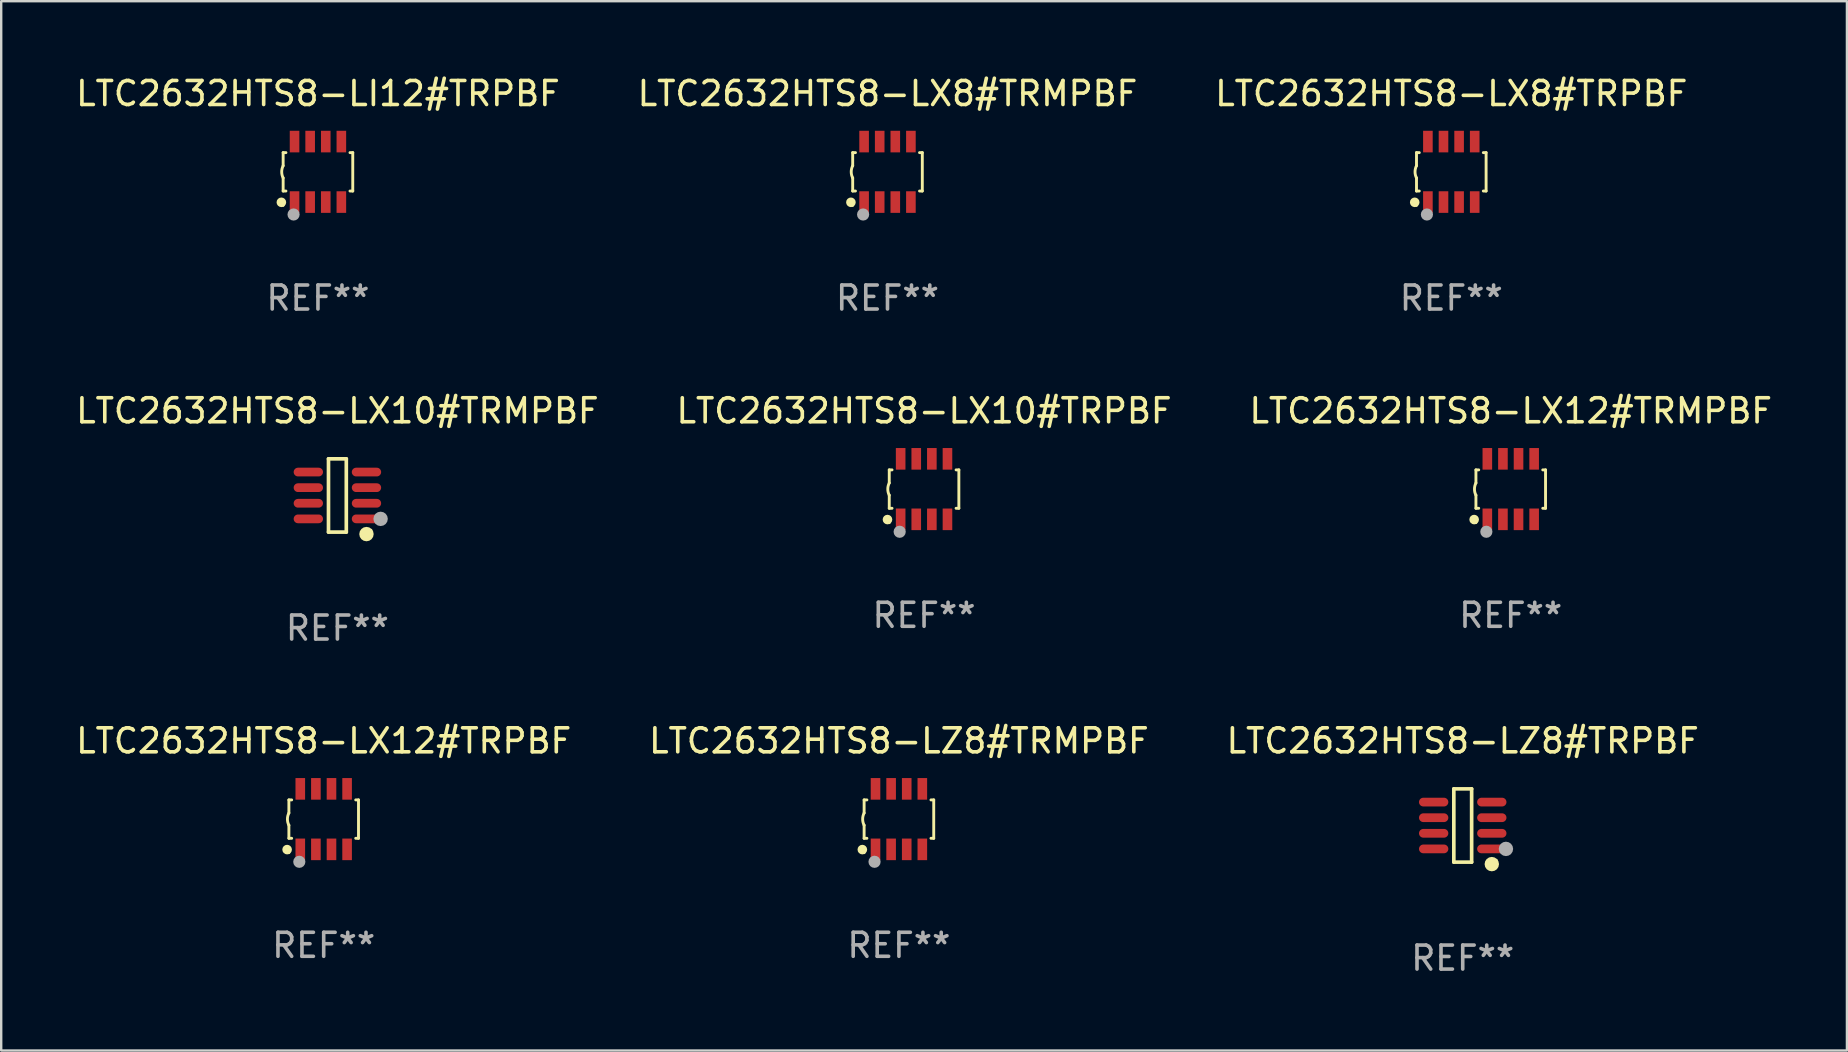
<source format=kicad_pcb>
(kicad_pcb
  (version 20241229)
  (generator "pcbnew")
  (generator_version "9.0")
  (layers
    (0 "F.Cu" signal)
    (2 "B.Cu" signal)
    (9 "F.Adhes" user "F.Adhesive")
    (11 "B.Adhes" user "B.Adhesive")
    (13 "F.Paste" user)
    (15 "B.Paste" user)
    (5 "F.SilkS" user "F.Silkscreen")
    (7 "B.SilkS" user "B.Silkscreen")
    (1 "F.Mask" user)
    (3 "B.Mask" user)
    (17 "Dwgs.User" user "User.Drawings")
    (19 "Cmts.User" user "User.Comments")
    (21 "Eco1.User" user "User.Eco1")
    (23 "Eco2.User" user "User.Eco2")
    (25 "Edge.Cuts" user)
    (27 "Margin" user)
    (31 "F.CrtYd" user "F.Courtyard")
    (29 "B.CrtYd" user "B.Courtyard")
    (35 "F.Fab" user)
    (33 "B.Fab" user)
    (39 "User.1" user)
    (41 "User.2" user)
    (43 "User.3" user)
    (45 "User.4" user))
  (footprint "LTC2632HTS8-LZ8#TRMPBF"
    (layer "F.Cu")
    (at 34.399 31.074)
    (property "Reference" "LTC2632HTS8-LZ8#TRMPBF" (at 0 -3.26 0) (layer "F.SilkS") (effects (font (size 1 1) (thickness 0.15))))
    (attr through_hole)
    (fp_line (start -1.45 -0.8) (end -1.45 -0.254) (stroke (width 0.12) (type solid)) (layer "F.SilkS"))
    (fp_line (start -1.45 -0.8) (end -1.334 -0.8) (stroke (width 0.12) (type solid)) (layer "F.SilkS"))
    (fp_line (start -1.45 0.8) (end -1.45 0.254) (stroke (width 0.12) (type solid)) (layer "F.SilkS"))
    (fp_line (start -1.45 0.8) (end -1.334 0.8) (stroke (width 0.12) (type solid)) (layer "F.SilkS"))
    (fp_line (start 1.334 -0.8) (end 1.45 -0.8) (stroke (width 0.12) (type solid)) (layer "F.SilkS"))
    (fp_line (start 1.334 0.8) (end 1.45 0.8) (stroke (width 0.12) (type solid)) (layer "F.SilkS"))
    (fp_line (start 1.45 0.8) (end 1.45 -0.8) (stroke (width 0.12) (type solid)) (layer "F.SilkS"))
    (fp_arc (start -1.45075 0.255144) (mid -1.510605 0.000434) (end -1.450013 -0.254102) (stroke (width 0.11999) (type solid)) (layer "F.SilkS"))
    (fp_circle (center -1.524 1.27) (end -1.424 1.27) (stroke (width 0.2) (type solid)) (fill no) (layer "F.SilkS"))
    (fp_circle (center -1.45 1.4) (end -1.42 1.4) (stroke (width 0.06) (type solid)) (fill no) (layer "F.SilkS"))
    (fp_circle (center -1.016 1.778) (end -0.889 1.778) (stroke (width 0.254) (type solid)) (fill no) (layer "F.Fab"))
    (fp_text user "REF**" (at 0 5.26 0) (layer "F.Fab") (effects (font (size 1 1) (thickness 0.15))))
    (pad "1" smd rect (at -0.975 1.26) (size 0.4 0.9) (layers "F.Cu" "F.Mask" "F.Paste"))
    (pad "2" smd rect (at -0.325 1.26) (size 0.4 0.9) (layers "F.Cu" "F.Mask" "F.Paste"))
    (pad "3" smd rect (at 0.325 1.26) (size 0.4 0.9) (layers "F.Cu" "F.Mask" "F.Paste"))
    (pad "4" smd rect (at 0.975 1.26) (size 0.4 0.9) (layers "F.Cu" "F.Mask" "F.Paste"))
    (pad "5" smd rect (at 0.975 -1.26) (size 0.4 0.9) (layers "F.Cu" "F.Mask" "F.Paste"))
    (pad "6" smd rect (at 0.325 -1.26) (size 0.4 0.9) (layers "F.Cu" "F.Mask" "F.Paste"))
    (pad "7" smd rect (at -0.325 -1.26) (size 0.4 0.9) (layers "F.Cu" "F.Mask" "F.Paste"))
    (pad "8" smd rect (at -0.975 -1.26) (size 0.4 0.9) (layers "F.Cu" "F.Mask" "F.Paste")))
  (footprint "LTC2632HTS8-LI12#TRPBF"
    (layer "F.Cu")
    (at 10.196 4.108)
    (property "Reference" "LTC2632HTS8-LI12#TRPBF" (at 0 -3.26 0) (layer "F.SilkS") (effects (font (size 1 1) (thickness 0.15))))
    (attr through_hole)
    (fp_line (start -1.45 -0.8) (end -1.45 -0.254) (stroke (width 0.12) (type solid)) (layer "F.SilkS"))
    (fp_line (start -1.45 -0.8) (end -1.334 -0.8) (stroke (width 0.12) (type solid)) (layer "F.SilkS"))
    (fp_line (start -1.45 0.8) (end -1.45 0.254) (stroke (width 0.12) (type solid)) (layer "F.SilkS"))
    (fp_line (start -1.45 0.8) (end -1.334 0.8) (stroke (width 0.12) (type solid)) (layer "F.SilkS"))
    (fp_line (start 1.334 -0.8) (end 1.45 -0.8) (stroke (width 0.12) (type solid)) (layer "F.SilkS"))
    (fp_line (start 1.334 0.8) (end 1.45 0.8) (stroke (width 0.12) (type solid)) (layer "F.SilkS"))
    (fp_line (start 1.45 0.8) (end 1.45 -0.8) (stroke (width 0.12) (type solid)) (layer "F.SilkS"))
    (fp_arc (start -1.45075 0.255144) (mid -1.510605 0.000434) (end -1.450013 -0.254102) (stroke (width 0.11999) (type solid)) (layer "F.SilkS"))
    (fp_circle (center -1.524 1.27) (end -1.424 1.27) (stroke (width 0.2) (type solid)) (fill no) (layer "F.SilkS"))
    (fp_circle (center -1.45 1.4) (end -1.42 1.4) (stroke (width 0.06) (type solid)) (fill no) (layer "F.SilkS"))
    (fp_circle (center -1.016 1.778) (end -0.889 1.778) (stroke (width 0.254) (type solid)) (fill no) (layer "F.Fab"))
    (fp_text user "REF**" (at 0 5.26 0) (layer "F.Fab") (effects (font (size 1 1) (thickness 0.15))))
    (pad "1" smd rect (at -0.975 1.26) (size 0.4 0.9) (layers "F.Cu" "F.Mask" "F.Paste"))
    (pad "2" smd rect (at -0.325 1.26) (size 0.4 0.9) (layers "F.Cu" "F.Mask" "F.Paste"))
    (pad "3" smd rect (at 0.325 1.26) (size 0.4 0.9) (layers "F.Cu" "F.Mask" "F.Paste"))
    (pad "4" smd rect (at 0.975 1.26) (size 0.4 0.9) (layers "F.Cu" "F.Mask" "F.Paste"))
    (pad "5" smd rect (at 0.975 -1.26) (size 0.4 0.9) (layers "F.Cu" "F.Mask" "F.Paste"))
    (pad "6" smd rect (at 0.325 -1.26) (size 0.4 0.9) (layers "F.Cu" "F.Mask" "F.Paste"))
    (pad "7" smd rect (at -0.325 -1.26) (size 0.4 0.9) (layers "F.Cu" "F.Mask" "F.Paste"))
    (pad "8" smd rect (at -0.975 -1.26) (size 0.4 0.9) (layers "F.Cu" "F.Mask" "F.Paste")))
  (footprint "LTC2632HTS8-LX12#TRMPBF"
    (layer "F.Cu")
    (at 59.887 17.325)
    (property "Reference" "LTC2632HTS8-LX12#TRMPBF" (at 0 -3.26 0) (layer "F.SilkS") (effects (font (size 1 1) (thickness 0.15))))
    (attr through_hole)
    (fp_line (start -1.45 -0.8) (end -1.45 -0.254) (stroke (width 0.12) (type solid)) (layer "F.SilkS"))
    (fp_line (start -1.45 -0.8) (end -1.334 -0.8) (stroke (width 0.12) (type solid)) (layer "F.SilkS"))
    (fp_line (start -1.45 0.8) (end -1.45 0.254) (stroke (width 0.12) (type solid)) (layer "F.SilkS"))
    (fp_line (start -1.45 0.8) (end -1.334 0.8) (stroke (width 0.12) (type solid)) (layer "F.SilkS"))
    (fp_line (start 1.334 -0.8) (end 1.45 -0.8) (stroke (width 0.12) (type solid)) (layer "F.SilkS"))
    (fp_line (start 1.334 0.8) (end 1.45 0.8) (stroke (width 0.12) (type solid)) (layer "F.SilkS"))
    (fp_line (start 1.45 0.8) (end 1.45 -0.8) (stroke (width 0.12) (type solid)) (layer "F.SilkS"))
    (fp_arc (start -1.45075 0.255144) (mid -1.510605 0.000434) (end -1.450013 -0.254102) (stroke (width 0.11999) (type solid)) (layer "F.SilkS"))
    (fp_circle (center -1.524 1.27) (end -1.424 1.27) (stroke (width 0.2) (type solid)) (fill no) (layer "F.SilkS"))
    (fp_circle (center -1.45 1.4) (end -1.42 1.4) (stroke (width 0.06) (type solid)) (fill no) (layer "F.SilkS"))
    (fp_circle (center -1.016 1.778) (end -0.889 1.778) (stroke (width 0.254) (type solid)) (fill no) (layer "F.Fab"))
    (fp_text user "REF**" (at 0 5.26 0) (layer "F.Fab") (effects (font (size 1 1) (thickness 0.15))))
    (pad "1" smd rect (at -0.975 1.26) (size 0.4 0.9) (layers "F.Cu" "F.Mask" "F.Paste"))
    (pad "2" smd rect (at -0.325 1.26) (size 0.4 0.9) (layers "F.Cu" "F.Mask" "F.Paste"))
    (pad "3" smd rect (at 0.325 1.26) (size 0.4 0.9) (layers "F.Cu" "F.Mask" "F.Paste"))
    (pad "4" smd rect (at 0.975 1.26) (size 0.4 0.9) (layers "F.Cu" "F.Mask" "F.Paste"))
    (pad "5" smd rect (at 0.975 -1.26) (size 0.4 0.9) (layers "F.Cu" "F.Mask" "F.Paste"))
    (pad "6" smd rect (at 0.325 -1.26) (size 0.4 0.9) (layers "F.Cu" "F.Mask" "F.Paste"))
    (pad "7" smd rect (at -0.325 -1.26) (size 0.4 0.9) (layers "F.Cu" "F.Mask" "F.Paste"))
    (pad "8" smd rect (at -0.975 -1.26) (size 0.4 0.9) (layers "F.Cu" "F.Mask" "F.Paste")))
  (footprint "LTC2632HTS8-LX8#TRPBF"
    (layer "F.Cu")
    (at 57.411 4.108)
    (property "Reference" "LTC2632HTS8-LX8#TRPBF" (at 0 -3.26 0) (layer "F.SilkS") (effects (font (size 1 1) (thickness 0.15))))
    (attr through_hole)
    (fp_line (start -1.45 -0.8) (end -1.45 -0.254) (stroke (width 0.12) (type solid)) (layer "F.SilkS"))
    (fp_line (start -1.45 -0.8) (end -1.334 -0.8) (stroke (width 0.12) (type solid)) (layer "F.SilkS"))
    (fp_line (start -1.45 0.8) (end -1.45 0.254) (stroke (width 0.12) (type solid)) (layer "F.SilkS"))
    (fp_line (start -1.45 0.8) (end -1.334 0.8) (stroke (width 0.12) (type solid)) (layer "F.SilkS"))
    (fp_line (start 1.334 -0.8) (end 1.45 -0.8) (stroke (width 0.12) (type solid)) (layer "F.SilkS"))
    (fp_line (start 1.334 0.8) (end 1.45 0.8) (stroke (width 0.12) (type solid)) (layer "F.SilkS"))
    (fp_line (start 1.45 0.8) (end 1.45 -0.8) (stroke (width 0.12) (type solid)) (layer "F.SilkS"))
    (fp_arc (start -1.45075 0.255144) (mid -1.510605 0.000434) (end -1.450013 -0.254102) (stroke (width 0.11999) (type solid)) (layer "F.SilkS"))
    (fp_circle (center -1.524 1.27) (end -1.424 1.27) (stroke (width 0.2) (type solid)) (fill no) (layer "F.SilkS"))
    (fp_circle (center -1.45 1.4) (end -1.42 1.4) (stroke (width 0.06) (type solid)) (fill no) (layer "F.SilkS"))
    (fp_circle (center -1.016 1.778) (end -0.889 1.778) (stroke (width 0.254) (type solid)) (fill no) (layer "F.Fab"))
    (fp_text user "REF**" (at 0 5.26 0) (layer "F.Fab") (effects (font (size 1 1) (thickness 0.15))))
    (pad "1" smd rect (at -0.975 1.26) (size 0.4 0.9) (layers "F.Cu" "F.Mask" "F.Paste"))
    (pad "2" smd rect (at -0.325 1.26) (size 0.4 0.9) (layers "F.Cu" "F.Mask" "F.Paste"))
    (pad "3" smd rect (at 0.325 1.26) (size 0.4 0.9) (layers "F.Cu" "F.Mask" "F.Paste"))
    (pad "4" smd rect (at 0.975 1.26) (size 0.4 0.9) (layers "F.Cu" "F.Mask" "F.Paste"))
    (pad "5" smd rect (at 0.975 -1.26) (size 0.4 0.9) (layers "F.Cu" "F.Mask" "F.Paste"))
    (pad "6" smd rect (at 0.325 -1.26) (size 0.4 0.9) (layers "F.Cu" "F.Mask" "F.Paste"))
    (pad "7" smd rect (at -0.325 -1.26) (size 0.4 0.9) (layers "F.Cu" "F.Mask" "F.Paste"))
    (pad "8" smd rect (at -0.975 -1.26) (size 0.4 0.9) (layers "F.Cu" "F.Mask" "F.Paste")))
  (footprint "LTC2632HTS8-LX8#TRMPBF"
    (layer "F.Cu")
    (at 33.923 4.108)
    (property "Reference" "LTC2632HTS8-LX8#TRMPBF" (at 0 -3.26 0) (layer "F.SilkS") (effects (font (size 1 1) (thickness 0.15))))
    (attr through_hole)
    (fp_line (start -1.45 -0.8) (end -1.45 -0.254) (stroke (width 0.12) (type solid)) (layer "F.SilkS"))
    (fp_line (start -1.45 -0.8) (end -1.334 -0.8) (stroke (width 0.12) (type solid)) (layer "F.SilkS"))
    (fp_line (start -1.45 0.8) (end -1.45 0.254) (stroke (width 0.12) (type solid)) (layer "F.SilkS"))
    (fp_line (start -1.45 0.8) (end -1.334 0.8) (stroke (width 0.12) (type solid)) (layer "F.SilkS"))
    (fp_line (start 1.334 -0.8) (end 1.45 -0.8) (stroke (width 0.12) (type solid)) (layer "F.SilkS"))
    (fp_line (start 1.334 0.8) (end 1.45 0.8) (stroke (width 0.12) (type solid)) (layer "F.SilkS"))
    (fp_line (start 1.45 0.8) (end 1.45 -0.8) (stroke (width 0.12) (type solid)) (layer "F.SilkS"))
    (fp_arc (start -1.45075 0.255144) (mid -1.510605 0.000434) (end -1.450013 -0.254102) (stroke (width 0.11999) (type solid)) (layer "F.SilkS"))
    (fp_circle (center -1.524 1.27) (end -1.424 1.27) (stroke (width 0.2) (type solid)) (fill no) (layer "F.SilkS"))
    (fp_circle (center -1.45 1.4) (end -1.42 1.4) (stroke (width 0.06) (type solid)) (fill no) (layer "F.SilkS"))
    (fp_circle (center -1.016 1.778) (end -0.889 1.778) (stroke (width 0.254) (type solid)) (fill no) (layer "F.Fab"))
    (fp_text user "REF**" (at 0 5.26 0) (layer "F.Fab") (effects (font (size 1 1) (thickness 0.15))))
    (pad "1" smd rect (at -0.975 1.26) (size 0.4 0.9) (layers "F.Cu" "F.Mask" "F.Paste"))
    (pad "2" smd rect (at -0.325 1.26) (size 0.4 0.9) (layers "F.Cu" "F.Mask" "F.Paste"))
    (pad "3" smd rect (at 0.325 1.26) (size 0.4 0.9) (layers "F.Cu" "F.Mask" "F.Paste"))
    (pad "4" smd rect (at 0.975 1.26) (size 0.4 0.9) (layers "F.Cu" "F.Mask" "F.Paste"))
    (pad "5" smd rect (at 0.975 -1.26) (size 0.4 0.9) (layers "F.Cu" "F.Mask" "F.Paste"))
    (pad "6" smd rect (at 0.325 -1.26) (size 0.4 0.9) (layers "F.Cu" "F.Mask" "F.Paste"))
    (pad "7" smd rect (at -0.325 -1.26) (size 0.4 0.9) (layers "F.Cu" "F.Mask" "F.Paste"))
    (pad "8" smd rect (at -0.975 -1.26) (size 0.4 0.9) (layers "F.Cu" "F.Mask" "F.Paste")))
  (footprint "LTC2632HTS8-LX12#TRPBF"
    (layer "F.Cu")
    (at 10.435 31.074)
    (property "Reference" "LTC2632HTS8-LX12#TRPBF" (at 0 -3.26 0) (layer "F.SilkS") (effects (font (size 1 1) (thickness 0.15))))
    (attr through_hole)
    (fp_line (start -1.45 -0.8) (end -1.45 -0.254) (stroke (width 0.12) (type solid)) (layer "F.SilkS"))
    (fp_line (start -1.45 -0.8) (end -1.334 -0.8) (stroke (width 0.12) (type solid)) (layer "F.SilkS"))
    (fp_line (start -1.45 0.8) (end -1.45 0.254) (stroke (width 0.12) (type solid)) (layer "F.SilkS"))
    (fp_line (start -1.45 0.8) (end -1.334 0.8) (stroke (width 0.12) (type solid)) (layer "F.SilkS"))
    (fp_line (start 1.334 -0.8) (end 1.45 -0.8) (stroke (width 0.12) (type solid)) (layer "F.SilkS"))
    (fp_line (start 1.334 0.8) (end 1.45 0.8) (stroke (width 0.12) (type solid)) (layer "F.SilkS"))
    (fp_line (start 1.45 0.8) (end 1.45 -0.8) (stroke (width 0.12) (type solid)) (layer "F.SilkS"))
    (fp_arc (start -1.45075 0.255144) (mid -1.510605 0.000434) (end -1.450013 -0.254102) (stroke (width 0.11999) (type solid)) (layer "F.SilkS"))
    (fp_circle (center -1.524 1.27) (end -1.424 1.27) (stroke (width 0.2) (type solid)) (fill no) (layer "F.SilkS"))
    (fp_circle (center -1.45 1.4) (end -1.42 1.4) (stroke (width 0.06) (type solid)) (fill no) (layer "F.SilkS"))
    (fp_circle (center -1.016 1.778) (end -0.889 1.778) (stroke (width 0.254) (type solid)) (fill no) (layer "F.Fab"))
    (fp_text user "REF**" (at 0 5.26 0) (layer "F.Fab") (effects (font (size 1 1) (thickness 0.15))))
    (pad "1" smd rect (at -0.975 1.26) (size 0.4 0.9) (layers "F.Cu" "F.Mask" "F.Paste"))
    (pad "2" smd rect (at -0.325 1.26) (size 0.4 0.9) (layers "F.Cu" "F.Mask" "F.Paste"))
    (pad "3" smd rect (at 0.325 1.26) (size 0.4 0.9) (layers "F.Cu" "F.Mask" "F.Paste"))
    (pad "4" smd rect (at 0.975 1.26) (size 0.4 0.9) (layers "F.Cu" "F.Mask" "F.Paste"))
    (pad "5" smd rect (at 0.975 -1.26) (size 0.4 0.9) (layers "F.Cu" "F.Mask" "F.Paste"))
    (pad "6" smd rect (at 0.325 -1.26) (size 0.4 0.9) (layers "F.Cu" "F.Mask" "F.Paste"))
    (pad "7" smd rect (at -0.325 -1.26) (size 0.4 0.9) (layers "F.Cu" "F.Mask" "F.Paste"))
    (pad "8" smd rect (at -0.975 -1.26) (size 0.4 0.9) (layers "F.Cu" "F.Mask" "F.Paste")))
  (footprint "LTC2632HTS8-LX10#TRPBF"
    (layer "F.Cu")
    (at 35.446 17.325)
    (property "Reference" "LTC2632HTS8-LX10#TRPBF" (at 0 -3.26 0) (layer "F.SilkS") (effects (font (size 1 1) (thickness 0.15))))
    (attr through_hole)
    (fp_line (start -1.45 -0.8) (end -1.45 -0.254) (stroke (width 0.12) (type solid)) (layer "F.SilkS"))
    (fp_line (start -1.45 -0.8) (end -1.334 -0.8) (stroke (width 0.12) (type solid)) (layer "F.SilkS"))
    (fp_line (start -1.45 0.8) (end -1.45 0.254) (stroke (width 0.12) (type solid)) (layer "F.SilkS"))
    (fp_line (start -1.45 0.8) (end -1.334 0.8) (stroke (width 0.12) (type solid)) (layer "F.SilkS"))
    (fp_line (start 1.334 -0.8) (end 1.45 -0.8) (stroke (width 0.12) (type solid)) (layer "F.SilkS"))
    (fp_line (start 1.334 0.8) (end 1.45 0.8) (stroke (width 0.12) (type solid)) (layer "F.SilkS"))
    (fp_line (start 1.45 0.8) (end 1.45 -0.8) (stroke (width 0.12) (type solid)) (layer "F.SilkS"))
    (fp_arc (start -1.45075 0.255144) (mid -1.510605 0.000434) (end -1.450013 -0.254102) (stroke (width 0.11999) (type solid)) (layer "F.SilkS"))
    (fp_circle (center -1.524 1.27) (end -1.424 1.27) (stroke (width 0.2) (type solid)) (fill no) (layer "F.SilkS"))
    (fp_circle (center -1.45 1.4) (end -1.42 1.4) (stroke (width 0.06) (type solid)) (fill no) (layer "F.SilkS"))
    (fp_circle (center -1.016 1.778) (end -0.889 1.778) (stroke (width 0.254) (type solid)) (fill no) (layer "F.Fab"))
    (fp_text user "REF**" (at 0 5.26 0) (layer "F.Fab") (effects (font (size 1 1) (thickness 0.15))))
    (pad "1" smd rect (at -0.975 1.26) (size 0.4 0.9) (layers "F.Cu" "F.Mask" "F.Paste"))
    (pad "2" smd rect (at -0.325 1.26) (size 0.4 0.9) (layers "F.Cu" "F.Mask" "F.Paste"))
    (pad "3" smd rect (at 0.325 1.26) (size 0.4 0.9) (layers "F.Cu" "F.Mask" "F.Paste"))
    (pad "4" smd rect (at 0.975 1.26) (size 0.4 0.9) (layers "F.Cu" "F.Mask" "F.Paste"))
    (pad "5" smd rect (at 0.975 -1.26) (size 0.4 0.9) (layers "F.Cu" "F.Mask" "F.Paste"))
    (pad "6" smd rect (at 0.325 -1.26) (size 0.4 0.9) (layers "F.Cu" "F.Mask" "F.Paste"))
    (pad "7" smd rect (at -0.325 -1.26) (size 0.4 0.9) (layers "F.Cu" "F.Mask" "F.Paste"))
    (pad "8" smd rect (at -0.975 -1.26) (size 0.4 0.9) (layers "F.Cu" "F.Mask" "F.Paste")))
  (footprint "LTC2632HTS8-LZ8#TRPBF"
    (layer "F.Cu")
    (at 57.887 31.34)
    (property "Reference" "LTC2632HTS8-LZ8#TRPBF" (at 0 -3.526 0) (layer "F.SilkS") (effects (font (size 1 1) (thickness 0.15))))
    (attr through_hole)
    (fp_line (start -0.371 -1.526) (end 0.371 -1.526) (stroke (width 0.152) (type solid)) (layer "F.SilkS"))
    (fp_line (start -0.371 1.526) (end -0.371 -1.526) (stroke (width 0.152) (type solid)) (layer "F.SilkS"))
    (fp_line (start 0.371 -1.526) (end 0.371 1.526) (stroke (width 0.152) (type solid)) (layer "F.SilkS"))
    (fp_line (start 0.371 1.526) (end -0.371 1.526) (stroke (width 0.152) (type solid)) (layer "F.SilkS"))
    (fp_circle (center 1.211 1.609) (end 1.361 1.609) (stroke (width 0.3) (type solid)) (fill no) (layer "F.SilkS"))
    (fp_circle (center 1.4 1.45) (end 1.43 1.45) (stroke (width 0.06) (type solid)) (fill no) (layer "F.SilkS"))
    (fp_circle (center 1.8 0.975) (end 1.95 0.975) (stroke (width 0.3) (type solid)) (fill no) (layer "F.Fab"))
    (fp_text user "REF**" (at 0 5.526 0) (layer "F.Fab") (effects (font (size 1 1) (thickness 0.15))))
    (pad "1" smd oval (at 1.211 0.975) (size 1.222 0.364) (layers "F.Cu" "F.Mask" "F.Paste"))
    (pad "2" smd oval (at 1.211 0.325) (size 1.222 0.364) (layers "F.Cu" "F.Mask" "F.Paste"))
    (pad "3" smd oval (at 1.211 -0.325) (size 1.222 0.364) (layers "F.Cu" "F.Mask" "F.Paste"))
    (pad "4" smd oval (at 1.211 -0.975) (size 1.222 0.364) (layers "F.Cu" "F.Mask" "F.Paste"))
    (pad "5" smd oval (at -1.211 -0.975) (size 1.222 0.364) (layers "F.Cu" "F.Mask" "F.Paste"))
    (pad "6" smd oval (at -1.211 -0.325) (size 1.222 0.364) (layers "F.Cu" "F.Mask" "F.Paste"))
    (pad "7" smd oval (at -1.211 0.325) (size 1.222 0.364) (layers "F.Cu" "F.Mask" "F.Paste"))
    (pad "8" smd oval (at -1.211 0.975) (size 1.222 0.364) (layers "F.Cu" "F.Mask" "F.Paste")))
  (footprint "LTC2632HTS8-LX10#TRMPBF"
    (layer "F.Cu")
    (at 11.006 17.591)
    (property "Reference" "LTC2632HTS8-LX10#TRMPBF" (at 0 -3.526 0) (layer "F.SilkS") (effects (font (size 1 1) (thickness 0.15))))
    (attr through_hole)
    (fp_line (start -0.371 -1.526) (end 0.371 -1.526) (stroke (width 0.152) (type solid)) (layer "F.SilkS"))
    (fp_line (start -0.371 1.526) (end -0.371 -1.526) (stroke (width 0.152) (type solid)) (layer "F.SilkS"))
    (fp_line (start 0.371 -1.526) (end 0.371 1.526) (stroke (width 0.152) (type solid)) (layer "F.SilkS"))
    (fp_line (start 0.371 1.526) (end -0.371 1.526) (stroke (width 0.152) (type solid)) (layer "F.SilkS"))
    (fp_circle (center 1.211 1.609) (end 1.361 1.609) (stroke (width 0.3) (type solid)) (fill no) (layer "F.SilkS"))
    (fp_circle (center 1.4 1.45) (end 1.43 1.45) (stroke (width 0.06) (type solid)) (fill no) (layer "F.SilkS"))
    (fp_circle (center 1.8 0.975) (end 1.95 0.975) (stroke (width 0.3) (type solid)) (fill no) (layer "F.Fab"))
    (fp_text user "REF**" (at 0 5.526 0) (layer "F.Fab") (effects (font (size 1 1) (thickness 0.15))))
    (pad "1" smd oval (at 1.211 0.975) (size 1.222 0.364) (layers "F.Cu" "F.Mask" "F.Paste"))
    (pad "2" smd oval (at 1.211 0.325) (size 1.222 0.364) (layers "F.Cu" "F.Mask" "F.Paste"))
    (pad "3" smd oval (at 1.211 -0.325) (size 1.222 0.364) (layers "F.Cu" "F.Mask" "F.Paste"))
    (pad "4" smd oval (at 1.211 -0.975) (size 1.222 0.364) (layers "F.Cu" "F.Mask" "F.Paste"))
    (pad "5" smd oval (at -1.211 -0.975) (size 1.222 0.364) (layers "F.Cu" "F.Mask" "F.Paste"))
    (pad "6" smd oval (at -1.211 -0.325) (size 1.222 0.364) (layers "F.Cu" "F.Mask" "F.Paste"))
    (pad "7" smd oval (at -1.211 0.325) (size 1.222 0.364) (layers "F.Cu" "F.Mask" "F.Paste"))
    (pad "8" smd oval (at -1.211 0.975) (size 1.222 0.364) (layers "F.Cu" "F.Mask" "F.Paste")))
  (gr_rect
    (start -3 -3)
    (end 73.893 40.714)
    (stroke (width 0.1) (type default))
    (fill no)
    (layer "Edge.Cuts")))
</source>
